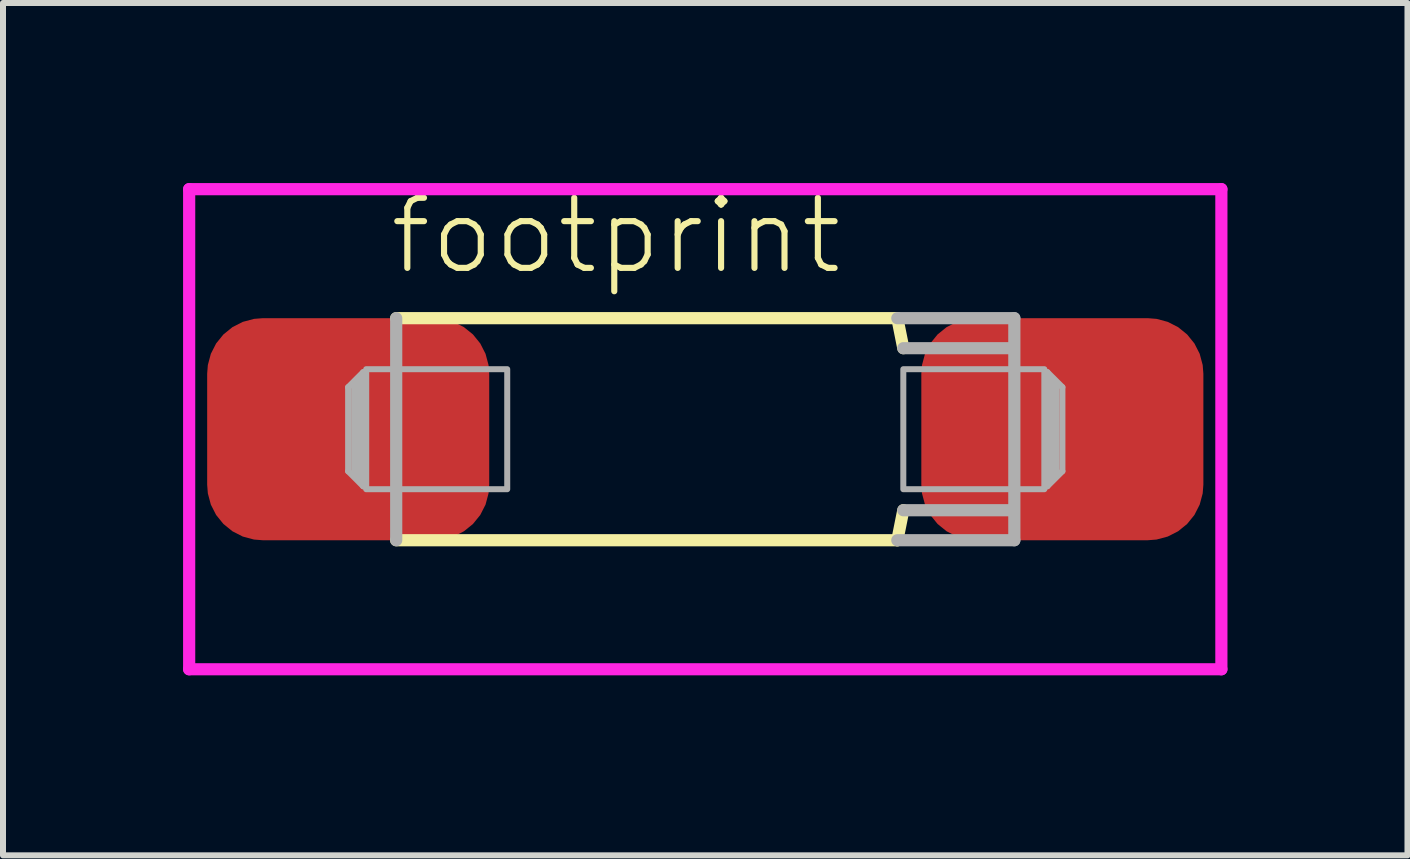
<source format=kicad_pcb>
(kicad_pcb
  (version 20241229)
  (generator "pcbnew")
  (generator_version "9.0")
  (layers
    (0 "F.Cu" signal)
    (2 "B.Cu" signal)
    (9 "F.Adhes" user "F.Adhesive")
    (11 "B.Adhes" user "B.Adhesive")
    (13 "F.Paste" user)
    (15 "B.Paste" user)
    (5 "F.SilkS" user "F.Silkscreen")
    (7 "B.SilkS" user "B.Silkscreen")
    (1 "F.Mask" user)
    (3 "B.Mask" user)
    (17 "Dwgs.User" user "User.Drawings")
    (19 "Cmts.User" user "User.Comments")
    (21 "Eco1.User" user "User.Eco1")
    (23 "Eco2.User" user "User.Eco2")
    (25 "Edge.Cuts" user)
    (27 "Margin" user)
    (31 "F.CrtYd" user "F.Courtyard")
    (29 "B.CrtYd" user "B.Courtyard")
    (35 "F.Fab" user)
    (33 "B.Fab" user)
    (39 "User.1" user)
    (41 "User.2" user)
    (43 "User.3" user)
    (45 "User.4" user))
  (footprint "footprint"
    (layer "F.Cu")
    (at 8.702 4.102)
    (property "Reference" "footprint" (at -5.31 -2.54 0) (layer "F.SilkS") (effects (font (size 1.168 1.168) (thickness 0.102)) (justify left bottom)))
    (fp_line (start -5.15 1.85) (end 3.2 1.85) (stroke (width 0.203) (type solid)) (layer "F.SilkS"))
    (fp_line (start 3.2 -1.85) (end -5.15 -1.85) (stroke (width 0.203) (type solid)) (layer "F.SilkS"))
    (fp_line (start 3.3 -1.35) (end 3.2 -1.85) (stroke (width 0.203) (type solid)) (layer "F.SilkS"))
    (fp_line (start 3.3 1.35) (end 3.2 1.85) (stroke (width 0.203) (type solid)) (layer "F.SilkS"))
    (fp_line (start -8.6 -4) (end -8.6 4) (stroke (width 0.203) (type solid)) (layer "F.CrtYd"))
    (fp_line (start -8.6 -4) (end 8.6 -4) (stroke (width 0.203) (type solid)) (layer "F.CrtYd"))
    (fp_line (start -8.6 4) (end 8.6 4) (stroke (width 0.203) (type solid)) (layer "F.CrtYd"))
    (fp_line (start 8.6 -4) (end 8.6 4) (stroke (width 0.203) (type solid)) (layer "F.CrtYd"))
    (fp_line (start -5.95 -0.7) (end -5.95 0.7) (stroke (width 0.102) (type solid)) (layer "F.Fab"))
    (fp_line (start -5.95 0.7) (end -5.7 0.95) (stroke (width 0.102) (type solid)) (layer "F.Fab"))
    (fp_line (start -5.8 -0.75) (end -5.8 0.75) (stroke (width 0.203) (type solid)) (layer "F.Fab"))
    (fp_line (start -5.7 -0.95) (end -5.95 -0.7) (stroke (width 0.102) (type solid)) (layer "F.Fab"))
    (fp_line (start -5.7 0.95) (end -5.7 -0.95) (stroke (width 0.102) (type solid)) (layer "F.Fab"))
    (fp_line (start -5.15 -1.85) (end -5.15 1.85) (stroke (width 0.203) (type solid)) (layer "F.Fab"))
    (fp_line (start 3.2 1.85) (end 5.15 1.85) (stroke (width 0.203) (type solid)) (layer "F.Fab"))
    (fp_line (start 5.05 -1.35) (end 3.3 -1.35) (stroke (width 0.203) (type solid)) (layer "F.Fab"))
    (fp_line (start 5.1 1.35) (end 3.3 1.35) (stroke (width 0.203) (type solid)) (layer "F.Fab"))
    (fp_line (start 5.15 -1.85) (end 3.2 -1.85) (stroke (width 0.203) (type solid)) (layer "F.Fab"))
    (fp_line (start 5.15 1.85) (end 5.15 -1.85) (stroke (width 0.203) (type solid)) (layer "F.Fab"))
    (fp_line (start 5.7 -0.95) (end 5.7 0.95) (stroke (width 0.102) (type solid)) (layer "F.Fab"))
    (fp_line (start 5.7 0.95) (end 5.95 0.7) (stroke (width 0.102) (type solid)) (layer "F.Fab"))
    (fp_line (start 5.8 0.75) (end 5.8 -0.75) (stroke (width 0.203) (type solid)) (layer "F.Fab"))
    (fp_line (start 5.95 -0.7) (end 5.7 -0.95) (stroke (width 0.102) (type solid)) (layer "F.Fab"))
    (fp_line (start 5.95 0.7) (end 5.95 -0.7) (stroke (width 0.102) (type solid)) (layer "F.Fab"))
    (fp_poly (pts (xy -5.65 1) (xy -3.3 1) (xy -3.3 -1) (xy -5.65 -1)) (stroke (width 0.1) (type solid)) (fill no) (layer "F.Fab"))
    (fp_poly (pts (xy 3.3 1) (xy 5.65 1) (xy 5.65 -1) (xy 3.3 -1)) (stroke (width 0.1) (type solid)) (fill no) (layer "F.Fab"))
    (pad "+" smd roundrect (at 5.95 0) (size 4.7 3.7) (layers "F.Cu" "F.Mask" "F.Paste") (roundrect_rratio 0.25))
    (pad "-" smd roundrect (at -5.95 0) (size 4.7 3.7) (layers "F.Cu" "F.Mask" "F.Paste") (roundrect_rratio 0.25)))
  (gr_rect
    (start -3 -3)
    (end 20.403 11.203)
    (stroke (width 0.1) (type default))
    (fill no)
    (layer "Edge.Cuts")))
</source>
